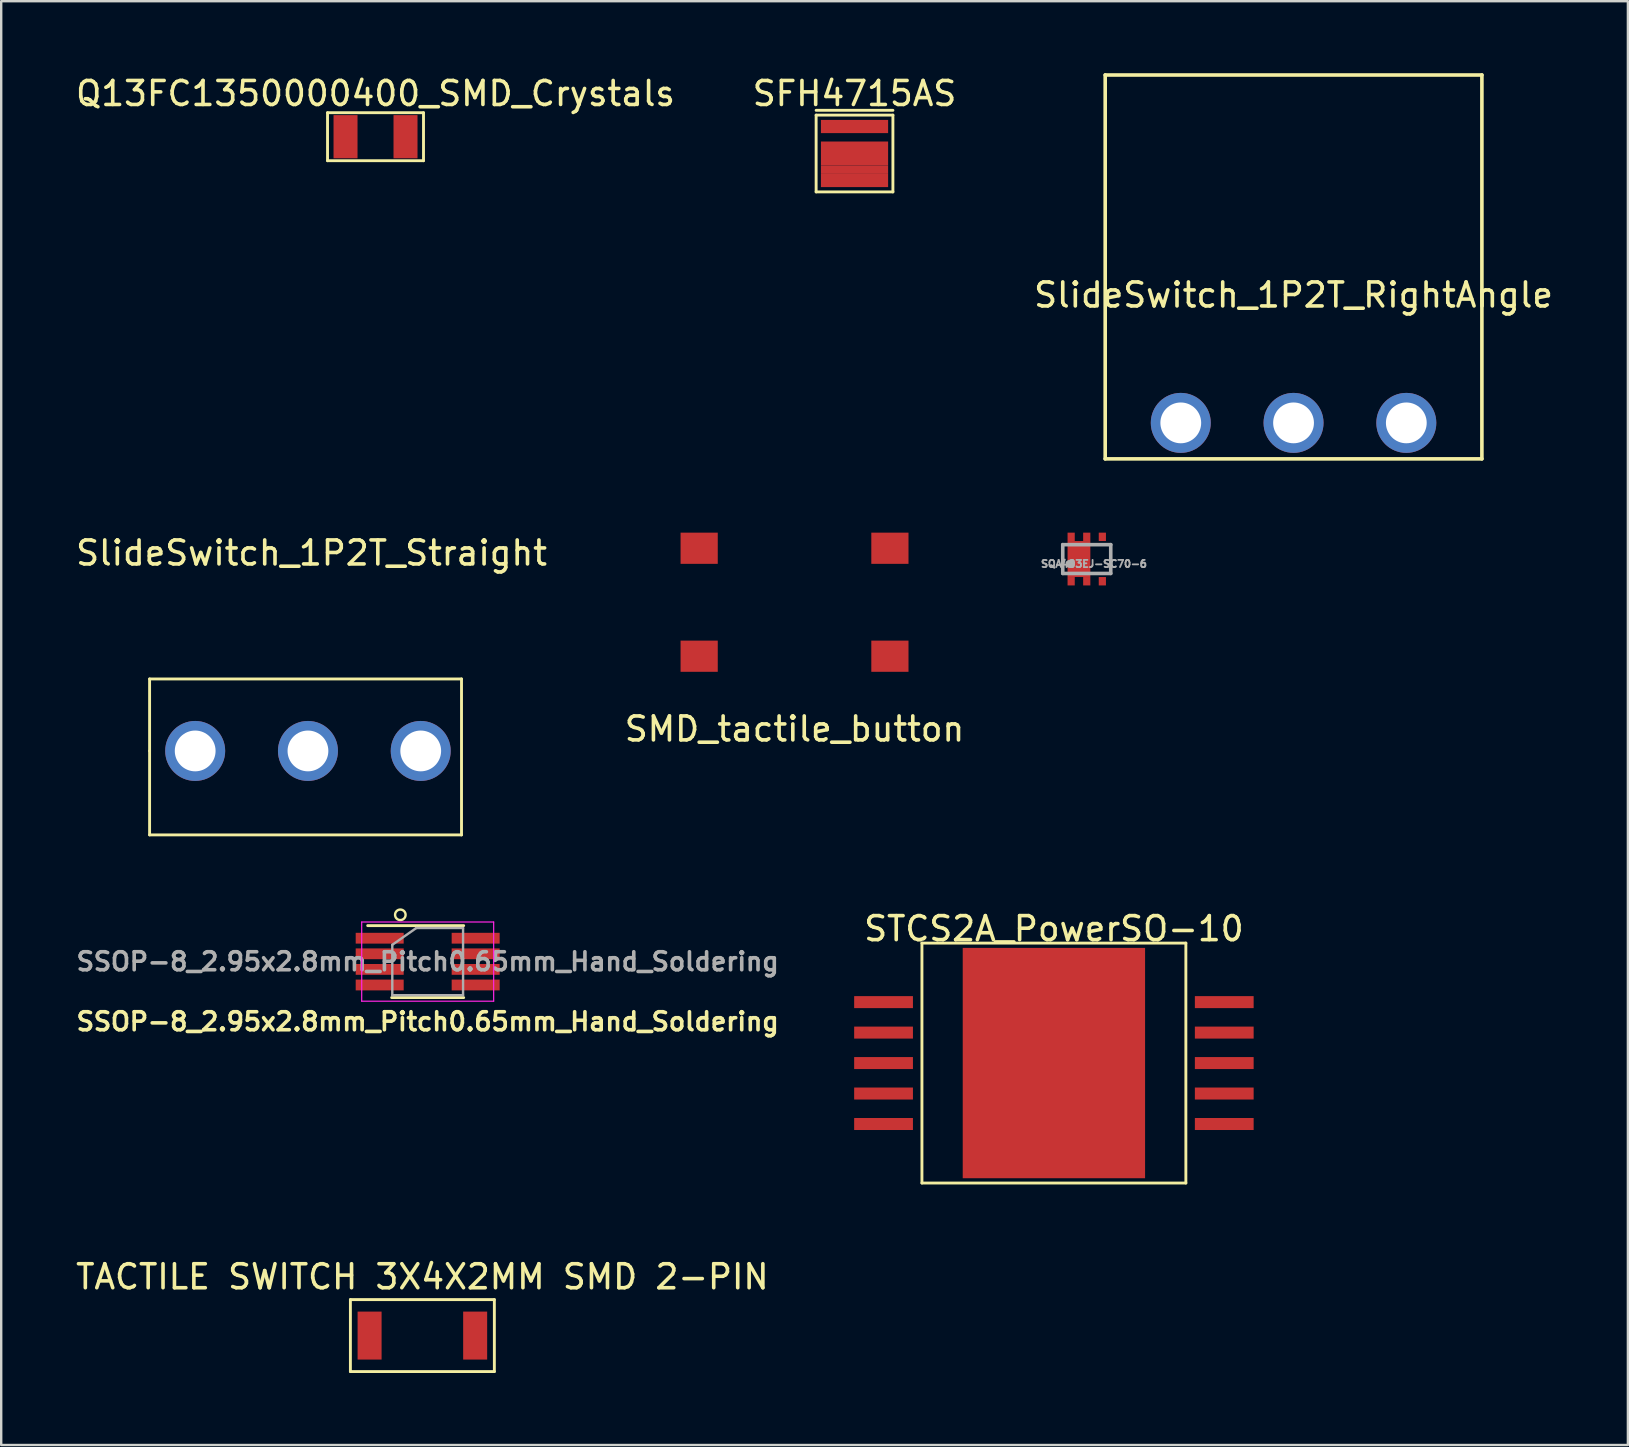
<source format=kicad_pcb>
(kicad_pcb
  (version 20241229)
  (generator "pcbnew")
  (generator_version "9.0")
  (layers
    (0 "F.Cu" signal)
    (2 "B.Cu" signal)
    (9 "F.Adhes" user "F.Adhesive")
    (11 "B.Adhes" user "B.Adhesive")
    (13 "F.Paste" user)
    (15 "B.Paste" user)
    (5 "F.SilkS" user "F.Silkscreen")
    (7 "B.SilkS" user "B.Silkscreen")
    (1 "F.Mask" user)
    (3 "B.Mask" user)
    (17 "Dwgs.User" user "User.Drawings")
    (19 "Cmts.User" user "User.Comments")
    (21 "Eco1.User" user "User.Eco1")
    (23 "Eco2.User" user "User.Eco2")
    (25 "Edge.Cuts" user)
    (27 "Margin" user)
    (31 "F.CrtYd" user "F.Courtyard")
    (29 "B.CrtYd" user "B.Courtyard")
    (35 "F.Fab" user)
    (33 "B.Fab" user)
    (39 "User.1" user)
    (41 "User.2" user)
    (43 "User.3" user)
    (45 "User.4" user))
  (footprint "STCS2A_PowerSO-10"
    (layer "F.Cu")
    (at 40.875 41.257)
    (property "Reference" "STCS2A_PowerSO-10" (at 0 -5.6 0) (layer "F.SilkS") (effects (font (size 1 1) (thickness 0.15))))
    (attr through_hole)
    (fp_line (start -5.5 -5) (end 5.5 -5) (stroke (width 0.12) (type solid)) (layer "F.SilkS"))
    (fp_line (start -5.5 5) (end -5.5 -5) (stroke (width 0.12) (type solid)) (layer "F.SilkS"))
    (fp_line (start 5.5 -5) (end 5.5 5) (stroke (width 0.12) (type solid)) (layer "F.SilkS"))
    (fp_line (start 5.5 5) (end -5.5 5) (stroke (width 0.12) (type solid)) (layer "F.SilkS"))
    (pad "1" smd rect (at -7.1 -2.54) (size 2.45 0.5) (layers "F.Cu" "F.Mask" "F.Paste"))
    (pad "2" smd rect (at -7.1 -1.27) (size 2.45 0.5) (layers "F.Cu" "F.Mask" "F.Paste"))
    (pad "3" smd rect (at -7.1 0) (size 2.45 0.5) (layers "F.Cu" "F.Mask" "F.Paste"))
    (pad "4" smd rect (at -7.1 1.27) (size 2.45 0.5) (layers "F.Cu" "F.Mask" "F.Paste"))
    (pad "5" smd rect (at -7.1 2.54) (size 2.45 0.5) (layers "F.Cu" "F.Mask" "F.Paste"))
    (pad "6" smd rect (at 7.1 2.54) (size 2.45 0.5) (layers "F.Cu" "F.Mask" "F.Paste"))
    (pad "7" smd rect (at 7.1 1.27) (size 2.45 0.5) (layers "F.Cu" "F.Mask" "F.Paste"))
    (pad "8" smd rect (at 7.1 0) (size 2.45 0.5) (layers "F.Cu" "F.Mask" "F.Paste"))
    (pad "9" smd rect (at 7.1 -1.27) (size 2.45 0.5) (layers "F.Cu" "F.Mask" "F.Paste"))
    (pad "10" smd rect (at 7.1 -2.54) (size 2.45 0.5) (layers "F.Cu" "F.Mask" "F.Paste"))
    (pad "11" smd rect (at 0 0) (size 7.6 9.6) (layers "F.Cu" "F.Mask" "F.Paste")))
  (footprint "SQA403EJ-SC70-6"
    (layer "F.Cu")
    (at 42.244 20.25)
    (property "Reference" "SQA403EJ-SC70-6" (at 0.3 0.2 0) (layer "F.Fab") (effects (font (size 0.3 0.3) (thickness 0.075))))
    (attr through_hole)
    (fp_line (start -1 -0.6) (end 1 -0.6) (stroke (width 0.15) (type solid)) (layer "F.Fab"))
    (fp_line (start -1 0.6) (end -1 -0.6) (stroke (width 0.15) (type solid)) (layer "F.Fab"))
    (fp_line (start 1 -0.6) (end 1 0.6) (stroke (width 0.15) (type solid)) (layer "F.Fab"))
    (fp_line (start 1 0.6) (end -1 0.6) (stroke (width 0.15) (type solid)) (layer "F.Fab"))
    (fp_circle (center -0.7 0.2) (end -0.7 0.3) (stroke (width 0.15) (type solid)) (fill no) (layer "F.Fab"))
    (pad "1" smd rect (at 0.65 0.925) (size 0.3 0.35) (layers "F.Cu" "F.Mask" "F.Paste"))
    (pad "2" smd rect (at -0.65 -0.925) (size 0.3 0.35) (layers "F.Cu" "F.Mask" "F.Paste"))
    (pad "2" smd rect (at -0.65 0.925) (size 0.3 0.35) (layers "F.Cu" "F.Mask" "F.Paste"))
    (pad "2" smd rect (at -0.325 0) (size 0.95 1.5) (layers "F.Cu" "F.Mask" "F.Paste"))
    (pad "2" smd rect (at 0 -0.925) (size 0.3 0.35) (layers "F.Cu" "F.Mask" "F.Paste"))
    (pad "2" smd rect (at 0 0.925) (size 0.3 0.35) (layers "F.Cu" "F.Mask" "F.Paste"))
    (pad "3" smd rect (at 0.65 -0.925) (size 0.3 0.35) (layers "F.Cu" "F.Mask" "F.Paste")))
  (footprint "SMD_tactile_button"
    (layer "F.Cu")
    (at 30.065 22.05)
    (property "Reference" "SMD_tactile_button" (at 0 5.283 0) (layer "F.SilkS") (effects (font (size 1 1) (thickness 0.15))))
    (attr through_hole)
    (pad "1" smd rect (at -3.975 -2.25) (size 1.55 1.3) (layers "F.Cu" "F.Mask" "F.Paste"))
    (pad "2" smd rect (at 3.975 -2.25) (size 1.55 1.3) (layers "F.Cu" "F.Mask" "F.Paste"))
    (pad "3" smd rect (at -3.975 2.25) (size 1.55 1.3) (layers "F.Cu" "F.Mask" "F.Paste"))
    (pad "4" smd rect (at 3.975 2.25) (size 1.55 1.3) (layers "F.Cu" "F.Mask" "F.Paste")))
  (footprint "SFH4715AS"
    (layer "F.Cu")
    (at 32.565 3.348)
    (property "Reference" "SFH4715AS" (at 0 -2.5 0) (layer "F.SilkS") (effects (font (size 1 1) (thickness 0.15))))
    (attr through_hole)
    (fp_line (start -1.6 -1.8) (end 1.6 -1.8) (stroke (width 0.12) (type solid)) (layer "F.SilkS"))
    (fp_line (start -1.6 -1.6) (end -1.6 1.6) (stroke (width 0.12) (type solid)) (layer "F.SilkS"))
    (fp_line (start -1.6 1.6) (end 1.6 1.6) (stroke (width 0.12) (type solid)) (layer "F.SilkS"))
    (fp_line (start 1.6 -1.6) (end -1.6 -1.6) (stroke (width 0.12) (type solid)) (layer "F.SilkS"))
    (fp_line (start 1.6 1.6) (end 1.6 -1.6) (stroke (width 0.12) (type solid)) (layer "F.SilkS"))
    (pad "1" smd rect (at 0 0) (size 2.8 1) (layers "F.Cu" "F.Mask" "F.Paste"))
    (pad "1" smd rect (at 0 0.675) (size 2.8 0.35) (layers "F.Cu"))
    (pad "1" smd rect (at 0 1.125) (size 2.8 0.55) (layers "F.Cu" "F.Mask" "F.Paste"))
    (pad "2" smd rect (at 0 -1.125) (size 2.8 0.55) (layers "F.Cu" "F.Mask" "F.Paste")))
  (footprint "SlideSwitch_1P2T_Straight"
    (layer "F.Cu")
    (at 9.785 28.248)
    (property "Reference" "SlideSwitch_1P2T_Straight" (at 0.15 -8.25 0) (layer "F.SilkS") (effects (font (size 1 1) (thickness 0.15))))
    (attr through_hole)
    (fp_line (start -6.6 -3) (end -6.6 0) (stroke (width 0.12) (type solid)) (layer "F.SilkS"))
    (fp_line (start -6.6 0) (end -6.6 3.5) (stroke (width 0.12) (type solid)) (layer "F.SilkS"))
    (fp_line (start -6.6 3.5) (end 6.4 3.5) (stroke (width 0.12) (type solid)) (layer "F.SilkS"))
    (fp_line (start 6.4 -3) (end -6.6 -3) (stroke (width 0.12) (type solid)) (layer "F.SilkS"))
    (fp_line (start 6.4 3.5) (end 6.4 -3) (stroke (width 0.12) (type solid)) (layer "F.SilkS"))
    (pad "1" thru_hole circle (at -4.7 0) (size 2.5 2.5) (drill 1.7) (layers "*.Cu" "*.Mask"))
    (pad "2" thru_hole circle (at 0 0) (size 2.5 2.5) (drill 1.7) (layers "*.Cu" "*.Mask"))
    (pad "3" thru_hole circle (at 4.7 0) (size 2.5 2.5) (drill 1.7) (layers "*.Cu" "*.Mask")))
  (footprint "TACTILE SWITCH 3X4X2MM SMD 2-PIN"
    (layer "F.Cu")
    (at 14.554 52.615)
    (property "Reference" "TACTILE SWITCH 3X4X2MM SMD 2-PIN" (at 0 -2.45 0) (layer "F.SilkS") (effects (font (size 1 1) (thickness 0.15))))
    (attr through_hole)
    (fp_line (start -3 -1.5) (end -3 1.5) (stroke (width 0.12) (type solid)) (layer "F.SilkS"))
    (fp_line (start -3 1.5) (end 3 1.5) (stroke (width 0.12) (type solid)) (layer "F.SilkS"))
    (fp_line (start 3 -1.5) (end -3 -1.5) (stroke (width 0.12) (type solid)) (layer "F.SilkS"))
    (fp_line (start 3 1.5) (end 3 -1.5) (stroke (width 0.12) (type solid)) (layer "F.SilkS"))
    (pad "1" smd rect (at -2.2 0) (size 1 2) (layers "F.Cu" "F.Mask" "F.Paste"))
    (pad "2" smd rect (at 2.2 0) (size 1 2) (layers "F.Cu" "F.Mask" "F.Paste")))
  (footprint "SlideSwitch_1P2T_RightAngle"
    (layer "F.Cu")
    (at 50.863 14.575)
    (property "Reference" "SlideSwitch_1P2T_RightAngle" (at 0 -5.33 0) (layer "F.SilkS") (effects (font (size 1 1) (thickness 0.15))))
    (attr through_hole)
    (fp_line (start -7.85 -14.5) (end -7.85 1.5) (stroke (width 0.15) (type solid)) (layer "F.SilkS"))
    (fp_line (start -7.85 1.5) (end 7.85 1.5) (stroke (width 0.15) (type solid)) (layer "F.SilkS"))
    (fp_line (start 7.85 -14.5) (end -7.85 -14.5) (stroke (width 0.15) (type solid)) (layer "F.SilkS"))
    (fp_line (start 7.85 1.5) (end 7.85 -14.5) (stroke (width 0.15) (type solid)) (layer "F.SilkS"))
    (pad "1" thru_hole circle (at -4.7 0) (size 2.5 2.5) (drill 1.7) (layers "*.Cu" "*.Mask"))
    (pad "2" thru_hole circle (at 0 0) (size 2.5 2.5) (drill 1.7) (layers "*.Cu" "*.Mask"))
    (pad "3" thru_hole circle (at 4.7 0) (size 2.5 2.5) (drill 1.7) (layers "*.Cu" "*.Mask")))
  (footprint "Q13FC1350000400_SMD_Crystals"
    (layer "F.Cu")
    (at 12.601 2.648)
    (property "Reference" "Q13FC1350000400_SMD_Crystals" (at 0 -1.8 0) (layer "F.SilkS") (effects (font (size 1 1) (thickness 0.15))))
    (attr smd)
    (fp_line (start -2 -1) (end -2 1) (stroke (width 0.12) (type solid)) (layer "F.SilkS"))
    (fp_line (start -2 1) (end 2 1) (stroke (width 0.12) (type solid)) (layer "F.SilkS"))
    (fp_line (start 2 -1) (end -2 -1) (stroke (width 0.12) (type solid)) (layer "F.SilkS"))
    (fp_line (start 2 1) (end 2 -1) (stroke (width 0.12) (type solid)) (layer "F.SilkS"))
    (pad "1" smd rect (at -1.25 0) (size 1 1.8) (layers "F.Cu" "F.Mask" "F.Paste"))
    (pad "2" smd rect (at 1.25 0) (size 1 1.8) (layers "F.Cu" "F.Mask" "F.Paste")))
  (footprint "SSOP-8_2.95x2.8mm_Pitch0.65mm_Hand_Soldering"
    (layer "F.Cu")
    (at 14.775 37.028)
    (property "Reference" "SSOP-8_2.95x2.8mm_Pitch0.65mm_Hand_Soldering" (at 0 2.5 180) (layer "F.SilkS") (effects (font (size 0.75 0.75) (thickness 0.15))))
    (attr smd)
    (fp_line (start 1.5 -1.5) (end -2.5 -1.5) (stroke (width 0.12) (type solid)) (layer "F.SilkS"))
    (fp_line (start 1.5 1.5) (end -1.5 1.5) (stroke (width 0.12) (type solid)) (layer "F.SilkS"))
    (fp_circle (center -1.14 -1.95) (end -0.98 -1.8) (stroke (width 0.1) (type solid)) (fill no) (layer "F.SilkS"))
    (fp_line (start -2.75 -1.65) (end 2.75 -1.65) (stroke (width 0.05) (type solid)) (layer "F.CrtYd"))
    (fp_line (start -2.75 1.65) (end -2.75 -1.65) (stroke (width 0.05) (type solid)) (layer "F.CrtYd"))
    (fp_line (start 2.75 -1.65) (end 2.75 1.65) (stroke (width 0.05) (type solid)) (layer "F.CrtYd"))
    (fp_line (start 2.75 1.65) (end -2.75 1.65) (stroke (width 0.05) (type solid)) (layer "F.CrtYd"))
    (fp_line (start -1.475 1.4) (end -1.475 -0.7) (stroke (width 0.1) (type solid)) (layer "F.Fab"))
    (fp_line (start -0.475 -1.4) (end -1.475 -0.7) (stroke (width 0.1) (type solid)) (layer "F.Fab"))
    (fp_line (start -0.475 -1.4) (end 1.475 -1.4) (stroke (width 0.1) (type solid)) (layer "F.Fab"))
    (fp_line (start 1.475 -1.4) (end 1.475 1.4) (stroke (width 0.1) (type solid)) (layer "F.Fab"))
    (fp_line (start 1.475 1.4) (end -1.475 1.4) (stroke (width 0.1) (type solid)) (layer "F.Fab"))
    (fp_text user "${REFERENCE}" (at 0 0 0) (layer "F.Fab") (effects (font (size 0.75 0.75) (thickness 0.15))))
    (pad "1" smd rect (at -2 -0.975 270) (size 0.45 2) (layers "F.Cu" "F.Mask" "F.Paste"))
    (pad "2" smd rect (at -2 -0.325 270) (size 0.45 2) (layers "F.Cu" "F.Mask" "F.Paste"))
    (pad "3" smd rect (at -2 0.325 270) (size 0.45 2) (layers "F.Cu" "F.Mask" "F.Paste"))
    (pad "4" smd rect (at -2 0.975 270) (size 0.45 2) (layers "F.Cu" "F.Mask" "F.Paste"))
    (pad "5" smd rect (at 2 0.975 270) (size 0.45 2) (layers "F.Cu" "F.Mask" "F.Paste"))
    (pad "6" smd rect (at 2 0.325 270) (size 0.45 2) (layers "F.Cu" "F.Mask" "F.Paste"))
    (pad "7" smd rect (at 2 -0.325 270) (size 0.45 2) (layers "F.Cu" "F.Mask" "F.Paste"))
    (pad "8" smd rect (at 2 -0.975 270) (size 0.45 2) (layers "F.Cu" "F.Mask" "F.Paste")))
  (gr_rect
    (start -3 -3)
    (end 64.798 57.175)
    (stroke (width 0.1) (type default))
    (fill no)
    (layer "Edge.Cuts")))
</source>
